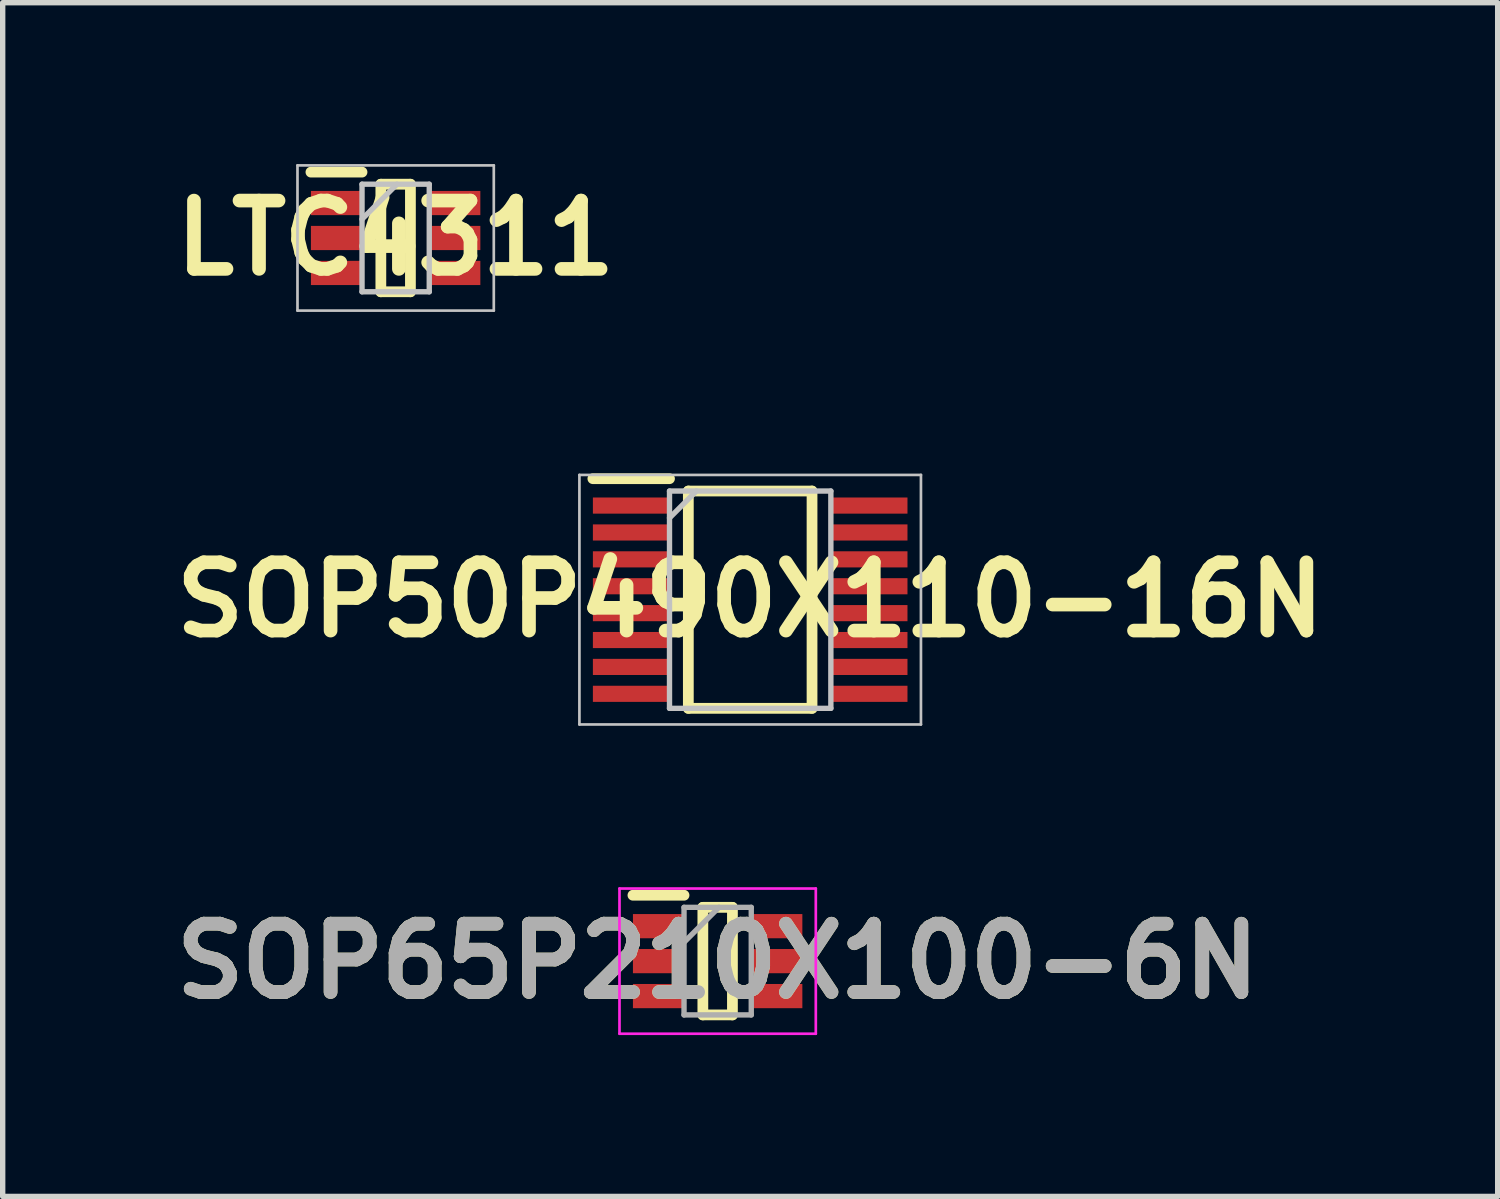
<source format=kicad_pcb>
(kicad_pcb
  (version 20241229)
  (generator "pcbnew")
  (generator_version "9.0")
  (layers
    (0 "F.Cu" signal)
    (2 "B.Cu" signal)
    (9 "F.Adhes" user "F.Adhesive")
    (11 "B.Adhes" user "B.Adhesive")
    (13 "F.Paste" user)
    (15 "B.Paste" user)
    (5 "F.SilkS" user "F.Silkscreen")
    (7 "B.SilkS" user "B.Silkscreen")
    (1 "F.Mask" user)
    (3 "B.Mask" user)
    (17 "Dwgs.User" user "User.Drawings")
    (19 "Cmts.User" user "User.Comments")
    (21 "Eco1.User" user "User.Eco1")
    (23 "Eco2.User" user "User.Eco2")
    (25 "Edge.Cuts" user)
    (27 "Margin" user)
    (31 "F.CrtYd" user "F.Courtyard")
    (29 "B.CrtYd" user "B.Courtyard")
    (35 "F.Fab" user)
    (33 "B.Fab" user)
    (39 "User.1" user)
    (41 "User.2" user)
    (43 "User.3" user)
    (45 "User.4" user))
  (footprint "SOP65P210X100-6N"
    (layer "F.Cu")
    (at 10.293 14.82)
    (property "Reference" "SOP65P210X100-6N" (at 0 0 0) (layer "F.SilkS") (effects (font (size 1.27 1.27) (thickness 0.254))))
    (attr smd)
    (fp_line (start -1.575 -1.225) (end -0.625 -1.225) (stroke (width 0.2) (type solid)) (layer "F.SilkS"))
    (fp_line (start -0.275 -1) (end 0.275 -1) (stroke (width 0.2) (type solid)) (layer "F.SilkS"))
    (fp_line (start -0.275 1) (end -0.275 -1) (stroke (width 0.2) (type solid)) (layer "F.SilkS"))
    (fp_line (start 0.275 -1) (end 0.275 1) (stroke (width 0.2) (type solid)) (layer "F.SilkS"))
    (fp_line (start 0.275 1) (end -0.275 1) (stroke (width 0.2) (type solid)) (layer "F.SilkS"))
    (fp_line (start -1.825 -1.35) (end 1.825 -1.35) (stroke (width 0.05) (type solid)) (layer "F.CrtYd"))
    (fp_line (start -1.825 1.35) (end -1.825 -1.35) (stroke (width 0.05) (type solid)) (layer "F.CrtYd"))
    (fp_line (start 1.825 -1.35) (end 1.825 1.35) (stroke (width 0.05) (type solid)) (layer "F.CrtYd"))
    (fp_line (start 1.825 1.35) (end -1.825 1.35) (stroke (width 0.05) (type solid)) (layer "F.CrtYd"))
    (fp_line (start -0.625 -1) (end 0.625 -1) (stroke (width 0.1) (type solid)) (layer "F.Fab"))
    (fp_line (start -0.625 -0.35) (end 0.025 -1) (stroke (width 0.1) (type solid)) (layer "F.Fab"))
    (fp_line (start -0.625 1) (end -0.625 -1) (stroke (width 0.1) (type solid)) (layer "F.Fab"))
    (fp_line (start 0.625 -1) (end 0.625 1) (stroke (width 0.1) (type solid)) (layer "F.Fab"))
    (fp_line (start 0.625 1) (end -0.625 1) (stroke (width 0.1) (type solid)) (layer "F.Fab"))
    (fp_text user "${REFERENCE}" (at 0 0 0) (layer "F.Fab") (effects (font (size 1.27 1.27) (thickness 0.254))))
    (pad "1" smd rect (at -1.1 -0.65 90) (size 0.45 0.95) (layers "F.Cu" "F.Mask" "F.Paste"))
    (pad "2" smd rect (at -1.1 0 90) (size 0.45 0.95) (layers "F.Cu" "F.Mask" "F.Paste"))
    (pad "3" smd rect (at -1.1 0.65 90) (size 0.45 0.95) (layers "F.Cu" "F.Mask" "F.Paste"))
    (pad "4" smd rect (at 1.1 0.65 90) (size 0.45 0.95) (layers "F.Cu" "F.Mask" "F.Paste"))
    (pad "5" smd rect (at 1.1 0 90) (size 0.45 0.95) (layers "F.Cu" "F.Mask" "F.Paste"))
    (pad "6" smd rect (at 1.1 -0.65 90) (size 0.45 0.95) (layers "F.Cu" "F.Mask" "F.Paste")))
  (footprint "LTC4311"
    (layer "F.Cu")
    (at 4.306 1.375)
    (property "Reference" "LTC4311" (at 0 0 0) (layer "F.SilkS") (effects (font (size 1.27 1.27) (thickness 0.254))))
    (attr smd)
    (fp_line (start -1.575 -1.225) (end -0.625 -1.225) (stroke (width 0.2) (type solid)) (layer "F.SilkS"))
    (fp_line (start -0.275 -1) (end 0.275 -1) (stroke (width 0.2) (type solid)) (layer "F.SilkS"))
    (fp_line (start -0.275 1) (end -0.275 -1) (stroke (width 0.2) (type solid)) (layer "F.SilkS"))
    (fp_line (start 0.275 -1) (end 0.275 1) (stroke (width 0.2) (type solid)) (layer "F.SilkS"))
    (fp_line (start 0.275 1) (end -0.275 1) (stroke (width 0.2) (type solid)) (layer "F.SilkS"))
    (fp_line (start -1.825 -1.35) (end 1.825 -1.35) (stroke (width 0.05) (type solid)) (layer "Dwgs.User"))
    (fp_line (start -1.825 1.35) (end -1.825 -1.35) (stroke (width 0.05) (type solid)) (layer "Dwgs.User"))
    (fp_line (start -0.625 -1) (end 0.625 -1) (stroke (width 0.1) (type solid)) (layer "Dwgs.User"))
    (fp_line (start -0.625 -0.35) (end 0.025 -1) (stroke (width 0.1) (type solid)) (layer "Dwgs.User"))
    (fp_line (start -0.625 1) (end -0.625 -1) (stroke (width 0.1) (type solid)) (layer "Dwgs.User"))
    (fp_line (start 0.625 -1) (end 0.625 1) (stroke (width 0.1) (type solid)) (layer "Dwgs.User"))
    (fp_line (start 0.625 1) (end -0.625 1) (stroke (width 0.1) (type solid)) (layer "Dwgs.User"))
    (fp_line (start 1.825 -1.35) (end 1.825 1.35) (stroke (width 0.05) (type solid)) (layer "Dwgs.User"))
    (fp_line (start 1.825 1.35) (end -1.825 1.35) (stroke (width 0.05) (type solid)) (layer "Dwgs.User"))
    (pad "1" smd rect (at -1.1 -0.65 90) (size 0.45 0.95) (layers "F.Cu" "F.Mask" "F.Paste"))
    (pad "2" smd rect (at -1.1 0 90) (size 0.45 0.95) (layers "F.Cu" "F.Mask" "F.Paste"))
    (pad "3" smd rect (at -1.1 0.65 90) (size 0.45 0.95) (layers "F.Cu" "F.Mask" "F.Paste"))
    (pad "4" smd rect (at 1.1 0.65 90) (size 0.45 0.95) (layers "F.Cu" "F.Mask" "F.Paste"))
    (pad "5" smd rect (at 1.1 0 90) (size 0.45 0.95) (layers "F.Cu" "F.Mask" "F.Paste"))
    (pad "6" smd rect (at 1.1 -0.65 90) (size 0.45 0.95) (layers "F.Cu" "F.Mask" "F.Paste")))
  (footprint "SOP50P490X110-16N"
    (layer "F.Cu")
    (at 10.898 8.1)
    (property "Reference" "SOP50P490X110-16N" (at 0 0 0) (layer "F.SilkS") (effects (font (size 1.27 1.27) (thickness 0.254))))
    (attr smd)
    (fp_line (start -2.925 -2.25) (end -1.5 -2.25) (stroke (width 0.2) (type solid)) (layer "F.SilkS"))
    (fp_line (start -1.15 -2.02) (end 1.15 -2.02) (stroke (width 0.2) (type solid)) (layer "F.SilkS"))
    (fp_line (start -1.15 2.02) (end -1.15 -2.02) (stroke (width 0.2) (type solid)) (layer "F.SilkS"))
    (fp_line (start 1.15 -2.02) (end 1.15 2.02) (stroke (width 0.2) (type solid)) (layer "F.SilkS"))
    (fp_line (start 1.15 2.02) (end -1.15 2.02) (stroke (width 0.2) (type solid)) (layer "F.SilkS"))
    (fp_line (start -3.175 -2.32) (end 3.175 -2.32) (stroke (width 0.05) (type solid)) (layer "Dwgs.User"))
    (fp_line (start -3.175 2.32) (end -3.175 -2.32) (stroke (width 0.05) (type solid)) (layer "Dwgs.User"))
    (fp_line (start -1.5 -2.02) (end 1.5 -2.02) (stroke (width 0.1) (type solid)) (layer "Dwgs.User"))
    (fp_line (start -1.5 -1.52) (end -1 -2.02) (stroke (width 0.1) (type solid)) (layer "Dwgs.User"))
    (fp_line (start -1.5 2.02) (end -1.5 -2.02) (stroke (width 0.1) (type solid)) (layer "Dwgs.User"))
    (fp_line (start 1.5 -2.02) (end 1.5 2.02) (stroke (width 0.1) (type solid)) (layer "Dwgs.User"))
    (fp_line (start 1.5 2.02) (end -1.5 2.02) (stroke (width 0.1) (type solid)) (layer "Dwgs.User"))
    (fp_line (start 3.175 -2.32) (end 3.175 2.32) (stroke (width 0.05) (type solid)) (layer "Dwgs.User"))
    (fp_line (start 3.175 2.32) (end -3.175 2.32) (stroke (width 0.05) (type solid)) (layer "Dwgs.User"))
    (pad "1" smd rect (at -2.212 -1.75 90) (size 0.3 1.425) (layers "F.Cu" "F.Mask" "F.Paste"))
    (pad "2" smd rect (at -2.212 -1.25 90) (size 0.3 1.425) (layers "F.Cu" "F.Mask" "F.Paste"))
    (pad "3" smd rect (at -2.212 -0.75 90) (size 0.3 1.425) (layers "F.Cu" "F.Mask" "F.Paste"))
    (pad "4" smd rect (at -2.212 -0.25 90) (size 0.3 1.425) (layers "F.Cu" "F.Mask" "F.Paste"))
    (pad "5" smd rect (at -2.212 0.25 90) (size 0.3 1.425) (layers "F.Cu" "F.Mask" "F.Paste"))
    (pad "6" smd rect (at -2.212 0.75 90) (size 0.3 1.425) (layers "F.Cu" "F.Mask" "F.Paste"))
    (pad "7" smd rect (at -2.212 1.25 90) (size 0.3 1.425) (layers "F.Cu" "F.Mask" "F.Paste"))
    (pad "8" smd rect (at -2.212 1.75 90) (size 0.3 1.425) (layers "F.Cu" "F.Mask" "F.Paste"))
    (pad "9" smd rect (at 2.212 1.75 90) (size 0.3 1.425) (layers "F.Cu" "F.Mask" "F.Paste"))
    (pad "10" smd rect (at 2.212 1.25 90) (size 0.3 1.425) (layers "F.Cu" "F.Mask" "F.Paste"))
    (pad "11" smd rect (at 2.212 0.75 90) (size 0.3 1.425) (layers "F.Cu" "F.Mask" "F.Paste"))
    (pad "12" smd rect (at 2.212 0.25 90) (size 0.3 1.425) (layers "F.Cu" "F.Mask" "F.Paste"))
    (pad "13" smd rect (at 2.212 -0.25 90) (size 0.3 1.425) (layers "F.Cu" "F.Mask" "F.Paste"))
    (pad "14" smd rect (at 2.212 -0.75 90) (size 0.3 1.425) (layers "F.Cu" "F.Mask" "F.Paste"))
    (pad "15" smd rect (at 2.212 -1.25 90) (size 0.3 1.425) (layers "F.Cu" "F.Mask" "F.Paste"))
    (pad "16" smd rect (at 2.212 -1.75 90) (size 0.3 1.425) (layers "F.Cu" "F.Mask" "F.Paste")))
  (gr_rect
    (start -3 -3)
    (end 24.796 19.195)
    (stroke (width 0.1) (type default))
    (fill no)
    (layer "Edge.Cuts")))
</source>
